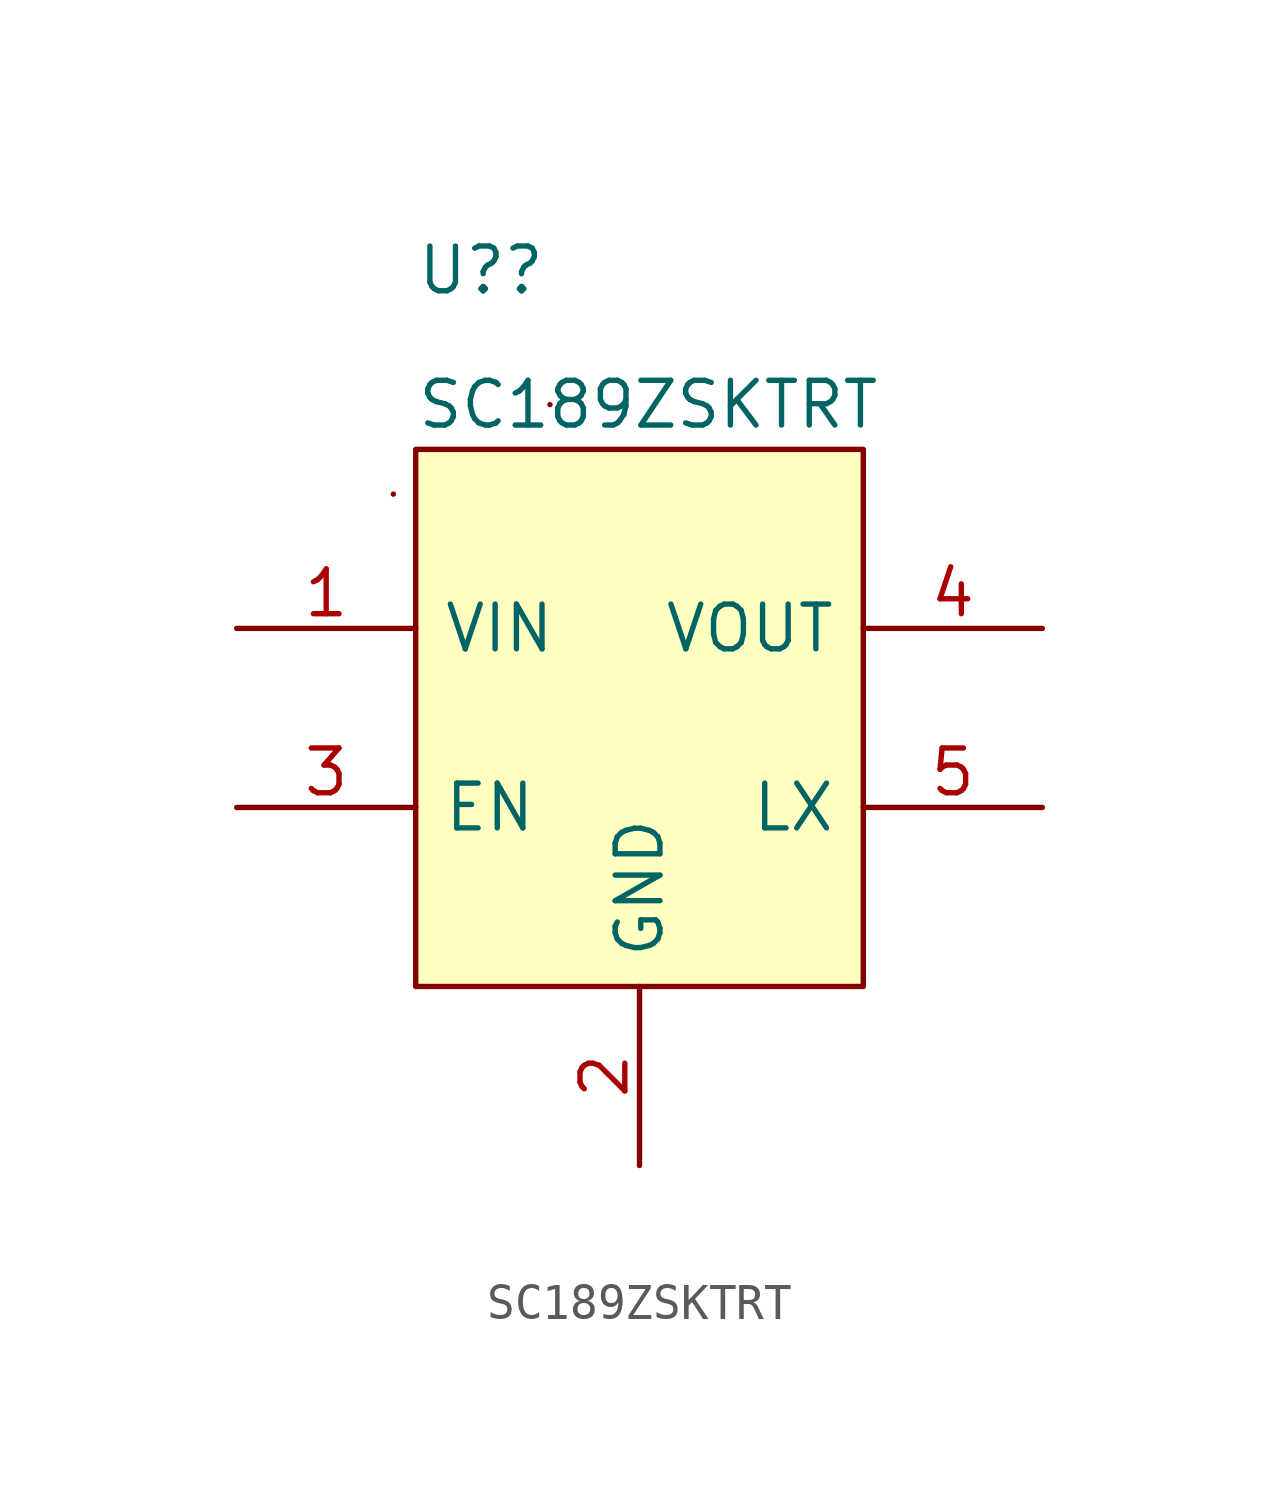
<source format=kicad_sym>
(kicad_symbol_lib
  (version 20211014)
  (generator kicad_symbol_editor)
  (symbol "SC189ZSKTRT"
    (pin_names
      (offset 0.762))
    (property "Reference" "U?"
      (at -6.35 12.7 0)
      (effects (font (size 1.27 1.27)) (justify left)))
    (property "Value" "SC189ZSKTRT"
      (at -6.35 8.89 0)
      (effects (font (size 1.27 1.27)) (justify left)))
    (symbol "SC189ZSKTRT_0_0"
      (pin power_in line (at -11.43 2.54 0) (length 5.08) (name "VIN" (effects (font (size 1.27 1.27)))) (number "1" (effects (font (size 1.27 1.27)))))
      (pin power_in line (at 0 -12.7 90) (length 5.08) (name "GND" (effects (font (size 1.27 1.27)))) (number "2" (effects (font (size 1.27 1.27)))))
      (pin passive line (at -11.43 -2.54 0) (length 5.08) (name "EN" (effects (font (size 1.27 1.27)))) (number "3" (effects (font (size 1.27 1.27)))))
      (pin power_out line (at 11.43 2.54 180) (length 5.08) (name "VOUT" (effects (font (size 1.27 1.27)))) (number "4" (effects (font (size 1.27 1.27)))))
      (pin passive line (at 11.43 -2.54 180) (length 5.08) (name "LX" (effects (font (size 1.27 1.27)))) (number "5" (effects (font (size 1.27 1.27))))))
    (symbol "SC189ZSKTRT_0_1"
      (rectangle (start -6.985 6.35) (end -6.985 6.35) (stroke (width 0) (type default) (color 0 0 0 0)) (fill (type none)))
      (rectangle (start -6.35 7.62) (end 6.35 -7.62) (stroke (width 0) (type default) (color 0 0 0 0)) (fill (type background)))
      (rectangle (start -2.54 8.89) (end -2.54 8.89) (stroke (width 0) (type default) (color 0 0 0 0)) (fill (type none))))))
</source>
